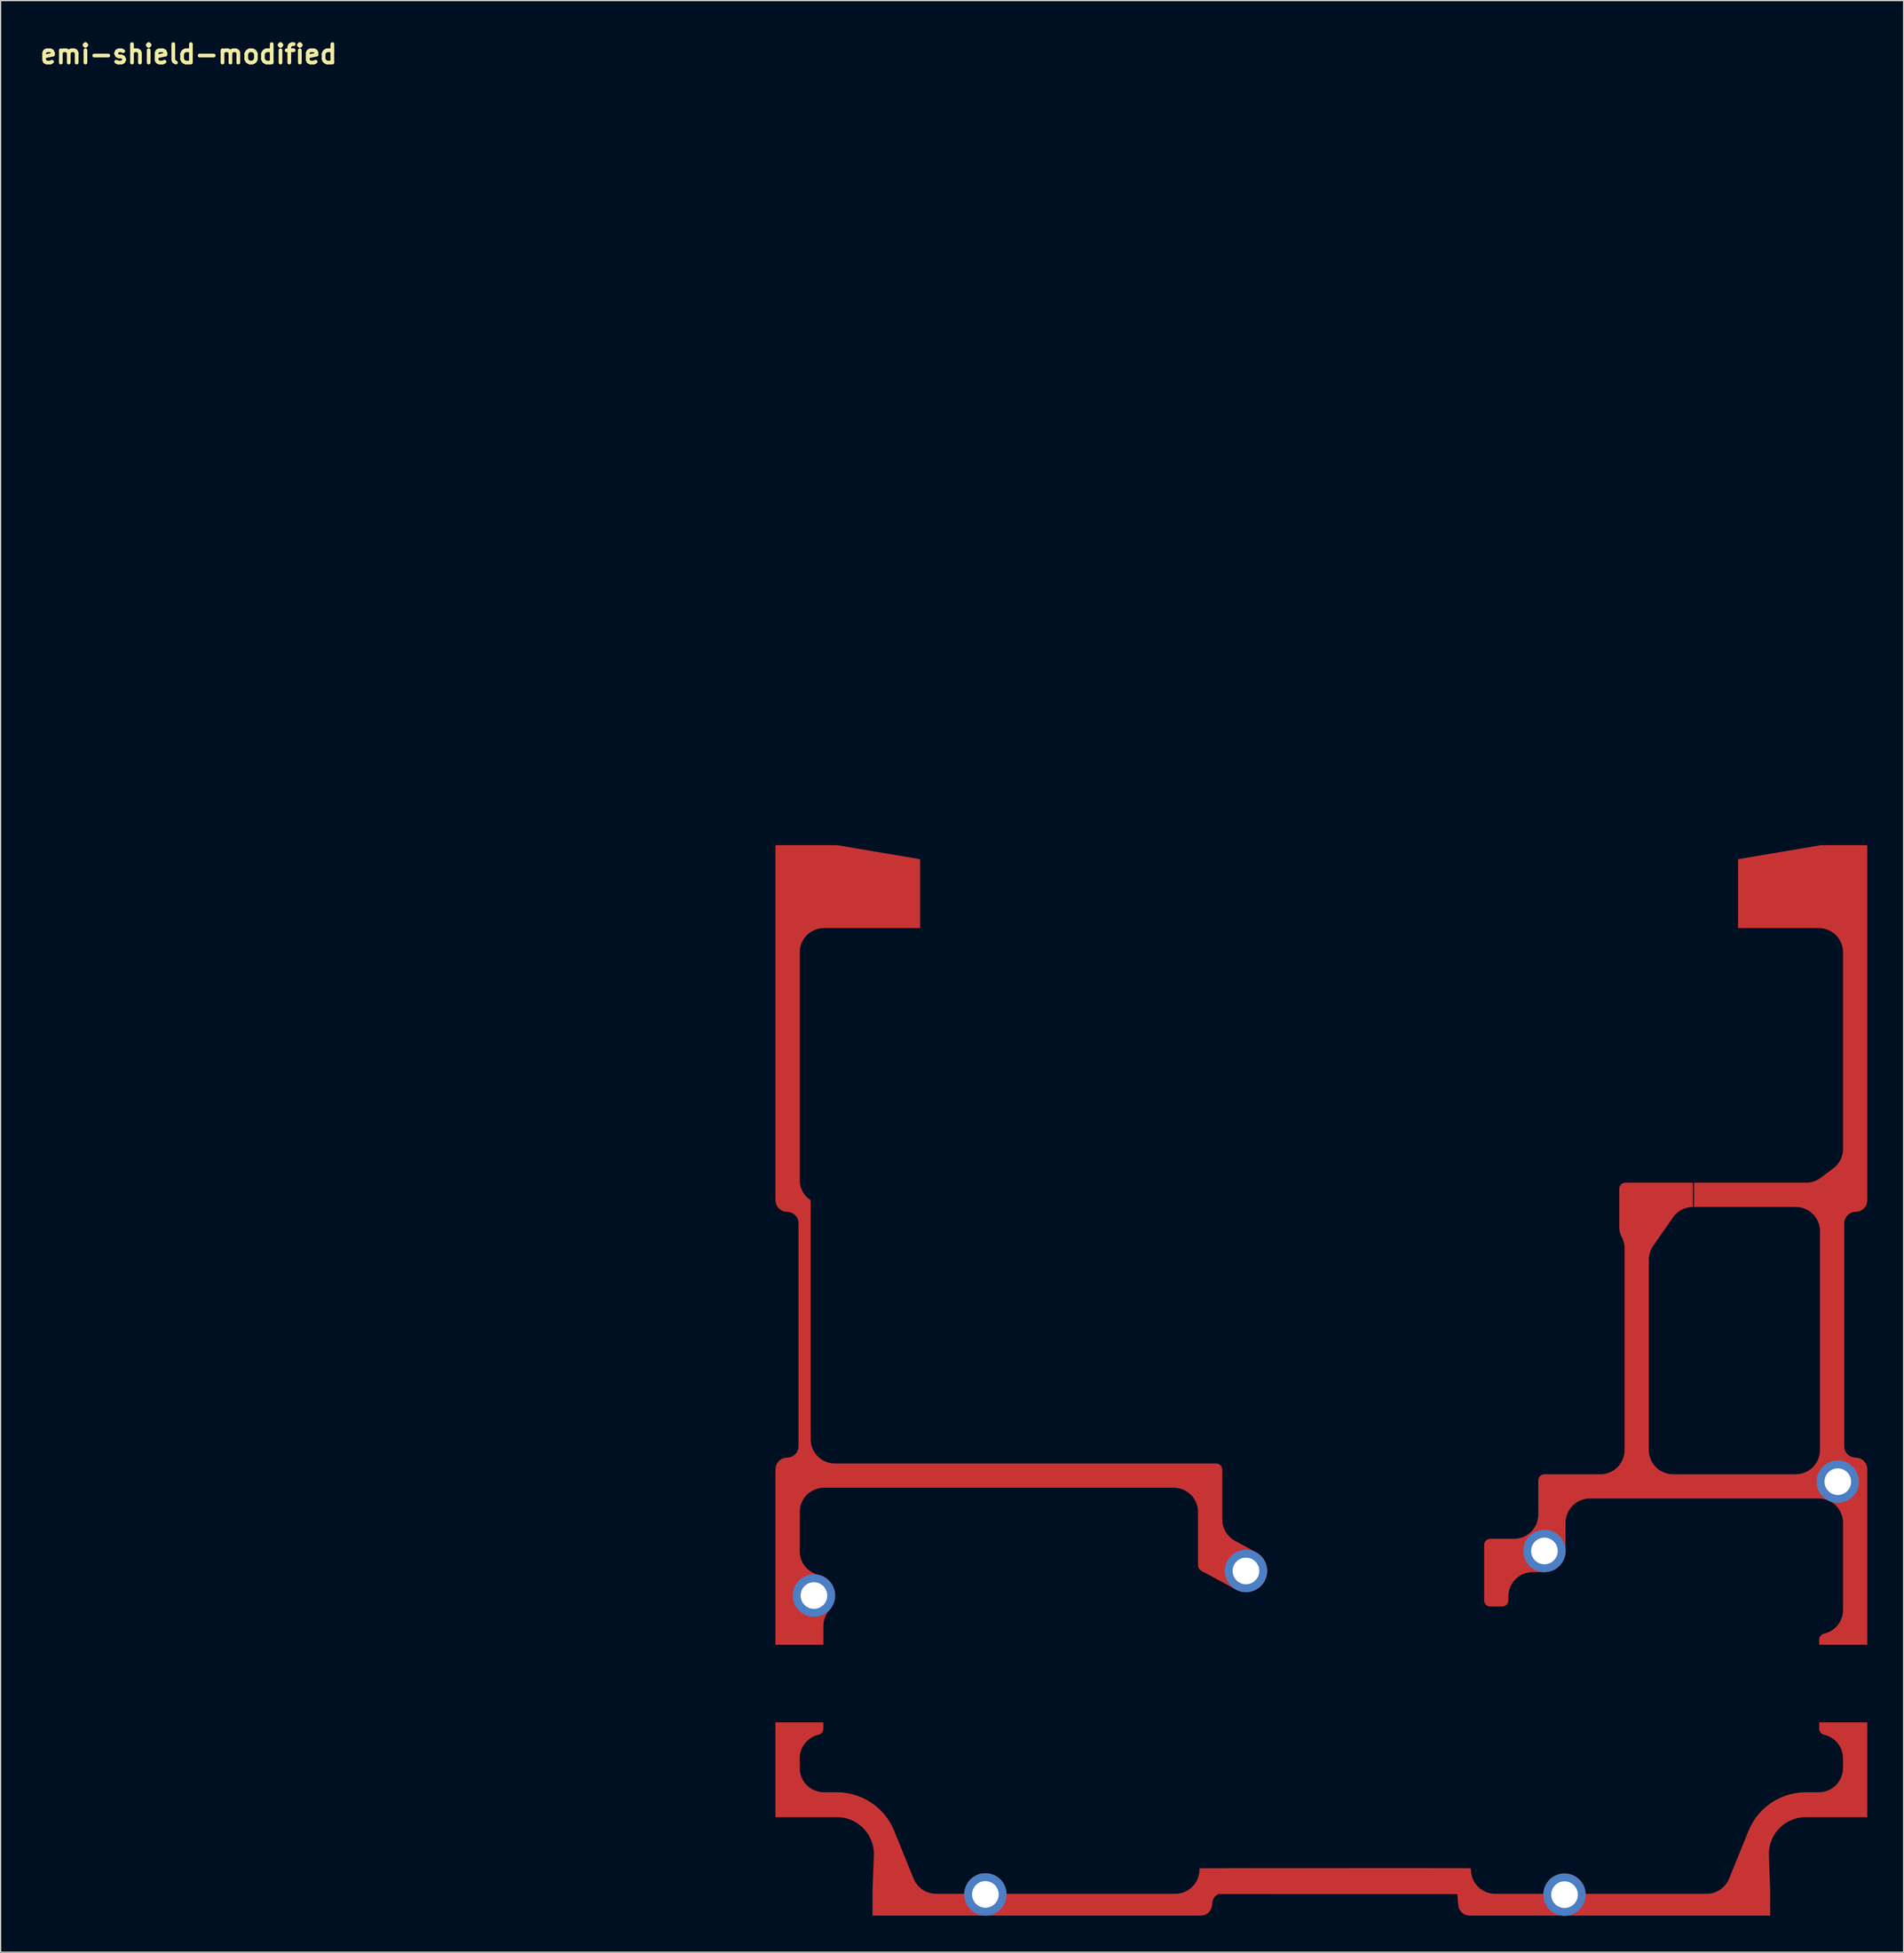
<source format=kicad_pcb>
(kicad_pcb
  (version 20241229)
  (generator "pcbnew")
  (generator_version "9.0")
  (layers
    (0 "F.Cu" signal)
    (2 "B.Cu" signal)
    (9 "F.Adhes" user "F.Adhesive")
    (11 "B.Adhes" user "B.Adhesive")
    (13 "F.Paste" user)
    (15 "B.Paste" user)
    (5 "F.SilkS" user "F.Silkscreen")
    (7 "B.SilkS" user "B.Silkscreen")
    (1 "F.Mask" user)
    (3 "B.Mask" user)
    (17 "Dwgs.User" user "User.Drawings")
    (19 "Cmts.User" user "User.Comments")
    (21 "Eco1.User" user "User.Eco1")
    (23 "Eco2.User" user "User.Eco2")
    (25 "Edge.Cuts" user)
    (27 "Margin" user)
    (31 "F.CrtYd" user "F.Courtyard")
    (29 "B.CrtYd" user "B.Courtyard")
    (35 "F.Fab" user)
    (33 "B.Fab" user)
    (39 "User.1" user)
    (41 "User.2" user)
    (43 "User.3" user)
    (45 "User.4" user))
  (footprint "emi-shield-modified"
    (layer "F.Cu")
    (at 12.533 4.474)
    (property "Reference" "emi-shield-modified" (at 0 -3.048 0) (layer "F.SilkS") (effects (font (size 1.524 1.524) (thickness 0.305))))
    (attr exclude_from_pos_files exclude_from_bom)
    (fp_poly (pts (xy 60.404 63.397) (xy 60.404 69.081) (xy 52.464 69.081) (xy 52.203 69.099) (xy 51.946 69.15) (xy 51.699 69.234) (xy 51.464 69.349) (xy 51.247 69.495) (xy 51.05 69.667) (xy 50.877 69.864) (xy 50.732 70.081) (xy 50.616 70.316) (xy 50.532 70.564) (xy 50.481 70.82) (xy 50.464 71.081) (xy 50.464 89.878) (xy 50.479 90.125) (xy 50.525 90.368) (xy 50.601 90.604) (xy 50.705 90.829) (xy 50.836 91.039) (xy 50.992 91.232) (xy 51.171 91.403) (xy 51.369 91.551) (xy 51.369 111.28) (xy 51.386 111.541) (xy 51.437 111.797) (xy 51.521 112.045) (xy 51.637 112.28) (xy 51.782 112.497) (xy 51.955 112.694) (xy 52.152 112.866) (xy 52.369 113.012) (xy 52.604 113.127) (xy 52.851 113.212) (xy 53.108 113.263) (xy 53.369 113.28) (xy 84.862 113.28) (xy 84.992 113.297) (xy 85.112 113.347) (xy 85.216 113.426) (xy 85.295 113.53) (xy 85.345 113.65) (xy 85.362 113.78) (xy 85.362 117.9) (xy 85.38 118.168) (xy 85.434 118.43) (xy 85.522 118.684) (xy 85.644 118.923) (xy 85.796 119.144) (xy 85.977 119.342) (xy 86.183 119.515) (xy 86.409 119.658) (xy 88.16 120.607) (xy 88.38 120.748) (xy 88.577 120.921) (xy 88.745 121.121) (xy 88.882 121.344) (xy 88.984 121.585) (xy 89.049 121.838) (xy 89.076 122.098) (xy 89.063 122.36) (xy 89.012 122.616) (xy 88.923 122.862) (xy 88.798 123.092) (xy 88.641 123.301) (xy 88.454 123.484) (xy 88.242 123.637) (xy 88.009 123.757) (xy 87.762 123.84) (xy 87.504 123.886) (xy 87.243 123.893) (xy 86.983 123.861) (xy 86.731 123.791) (xy 86.493 123.684) (xy 83.624 122.13) (xy 83.516 122.051) (xy 83.433 121.946) (xy 83.38 121.823) (xy 83.362 121.69) (xy 83.362 117.28) (xy 83.345 117.019) (xy 83.294 116.762) (xy 83.21 116.514) (xy 83.094 116.28) (xy 82.949 116.062) (xy 82.777 115.865) (xy 82.58 115.693) (xy 82.362 115.548) (xy 82.128 115.432) (xy 81.88 115.348) (xy 81.623 115.297) (xy 81.362 115.28) (xy 52.464 115.28) (xy 52.203 115.297) (xy 51.946 115.348) (xy 51.699 115.432) (xy 51.464 115.548) (xy 51.247 115.693) (xy 51.05 115.865) (xy 50.877 116.062) (xy 50.732 116.28) (xy 50.616 116.514) (xy 50.532 116.762) (xy 50.481 117.019) (xy 50.464 117.28) (xy 50.464 120.519) (xy 50.482 120.788) (xy 50.536 121.052) (xy 50.626 121.307) (xy 50.748 121.547) (xy 50.902 121.768) (xy 51.084 121.967) (xy 51.292 122.14) (xy 51.52 122.282) (xy 51.766 122.393) (xy 52.024 122.47) (xy 52.273 122.546) (xy 52.508 122.659) (xy 52.724 122.804) (xy 52.916 122.981) (xy 53.079 123.183) (xy 53.211 123.408) (xy 53.308 123.65) (xy 53.368 123.903) (xy 53.389 124.163) (xy 53.372 124.423) (xy 53.316 124.677) (xy 53.224 124.921) (xy 53.096 125.147) (xy 52.936 125.353) (xy 52.782 125.544) (xy 52.654 125.753) (xy 52.552 125.976) (xy 52.477 126.21) (xy 52.433 126.451) (xy 52.418 126.696) (xy 52.418 128.242) (xy 48.464 128.242) (xy 48.464 113.751) (xy 48.482 113.565) (xy 48.537 113.386) (xy 48.625 113.222) (xy 48.743 113.077) (xy 48.887 112.959) (xy 49.052 112.871) (xy 49.231 112.817) (xy 49.417 112.798) (xy 49.602 112.78) (xy 49.781 112.726) (xy 49.946 112.638) (xy 50.09 112.52) (xy 50.209 112.375) (xy 50.297 112.21) (xy 50.351 112.032) (xy 50.369 111.846) (xy 50.369 93.456) (xy 50.351 93.271) (xy 50.297 93.092) (xy 50.209 92.927) (xy 50.09 92.783) (xy 49.946 92.664) (xy 49.781 92.576) (xy 49.602 92.522) (xy 49.417 92.504) (xy 49.231 92.486) (xy 49.052 92.431) (xy 48.887 92.343) (xy 48.743 92.225) (xy 48.625 92.081) (xy 48.537 91.916) (xy 48.482 91.737) (xy 48.464 91.551) (xy 48.464 62.24) (xy 53.554 62.24) (xy 60.404 63.397)) (stroke (width 0.000001) (type solid)) (fill yes) (layer "F.Cu"))
    (fp_poly (pts (xy 83.763 150.581) (xy 83.942 150.527) (xy 84.106 150.439) (xy 84.251 150.32) (xy 84.369 150.176) (xy 84.457 150.011) (xy 84.511 149.833) (xy 84.53 149.647) (xy 84.548 149.461) (xy 84.602 149.282) (xy 84.69 149.118) (xy 84.809 148.973) (xy 84.914 148.911) (xy 85.023 148.82) (xy 104.777 148.822) (xy 104.831 149.461) (xy 104.85 149.647) (xy 104.868 149.833) (xy 104.922 150.011) (xy 105.01 150.176) (xy 105.129 150.32) (xy 105.273 150.439) (xy 105.438 150.527) (xy 105.616 150.581) (xy 105.802 150.599) (xy 130.617 150.599) (xy 130.617 148.519) (xy 130.504 145.639) (xy 130.509 145.312) (xy 130.548 144.987) (xy 130.623 144.669) (xy 130.731 144.36) (xy 130.871 144.064) (xy 131.042 143.785) (xy 131.243 143.526) (xy 131.469 143.291) (xy 131.72 143.08) (xy 131.992 142.898) (xy 132.282 142.746) (xy 132.586 142.626) (xy 132.902 142.539) (xy 133.225 142.487) (xy 133.552 142.469) (xy 138.632 142.469) (xy 138.632 134.648) (xy 134.667 134.648) (xy 134.667 135.177) (xy 134.685 135.311) (xy 134.738 135.435) (xy 134.823 135.54) (xy 134.933 135.619) (xy 135.06 135.666) (xy 135.32 135.741) (xy 135.567 135.852) (xy 135.797 135.994) (xy 136.006 136.167) (xy 136.19 136.366) (xy 136.345 136.588) (xy 136.469 136.828) (xy 136.559 137.084) (xy 136.613 137.349) (xy 136.632 137.619) (xy 136.632 138.419) (xy 136.614 138.68) (xy 136.563 138.937) (xy 136.479 139.185) (xy 136.364 139.419) (xy 136.218 139.637) (xy 136.046 139.834) (xy 135.849 140.006) (xy 135.632 140.151) (xy 135.397 140.267) (xy 135.149 140.351) (xy 134.893 140.402) (xy 134.632 140.419) (xy 133.552 140.419) (xy 133.12 140.438) (xy 132.692 140.492) (xy 132.27 140.583) (xy 131.858 140.709) (xy 131.457 140.869) (xy 131.071 141.063) (xy 130.704 141.289) (xy 130.356 141.545) (xy 130.031 141.829) (xy 129.732 142.14) (xy 129.46 142.475) (xy 129.217 142.832) (xy 129.006 143.208) (xy 128.826 143.6) (xy 127.222 147.552) (xy 127.107 147.789) (xy 126.962 148.008) (xy 126.789 148.207) (xy 126.592 148.381) (xy 126.374 148.528) (xy 126.138 148.645) (xy 125.889 148.73) (xy 125.631 148.782) (xy 125.369 148.799) (xy 107.897 148.799) (xy 107.636 148.782) (xy 107.379 148.731) (xy 107.132 148.647) (xy 106.897 148.531) (xy 106.68 148.386) (xy 106.483 148.214) (xy 106.31 148.017) (xy 106.165 147.799) (xy 106.049 147.565) (xy 105.965 147.317) (xy 105.914 147.06) (xy 105.897 146.799) (xy 105.897 146.694) (xy 105.443 146.688) (xy 104.654 146.684) (xy 103.576 146.681) (xy 102.254 146.678) (xy 100.733 146.677) (xy 99.058 146.677) (xy 97.276 146.678) (xy 95.431 146.679) (xy 93.568 146.68) (xy 91.733 146.682) (xy 89.972 146.684) (xy 88.329 146.686) (xy 86.851 146.688) (xy 85.581 146.69) (xy 84.566 146.692) (xy 83.852 146.693) (xy 83.482 146.694) (xy 83.482 146.799) (xy 83.465 147.06) (xy 83.414 147.317) (xy 83.33 147.565) (xy 83.214 147.799) (xy 83.069 148.017) (xy 82.896 148.214) (xy 82.7 148.386) (xy 82.482 148.531) (xy 82.247 148.647) (xy 82 148.731) (xy 81.743 148.782) (xy 81.482 148.799) (xy 61.725 148.799) (xy 61.462 148.782) (xy 61.204 148.73) (xy 60.955 148.645) (xy 60.72 148.528) (xy 60.501 148.381) (xy 60.304 148.207) (xy 60.132 148.008) (xy 59.987 147.789) (xy 59.872 147.552) (xy 58.267 143.6) (xy 58.087 143.207) (xy 57.876 142.831) (xy 57.633 142.475) (xy 57.361 142.14) (xy 57.062 141.829) (xy 56.737 141.544) (xy 56.389 141.289) (xy 56.022 141.063) (xy 55.636 140.869) (xy 55.235 140.709) (xy 54.823 140.583) (xy 54.401 140.492) (xy 53.973 140.438) (xy 53.542 140.419) (xy 52.462 140.419) (xy 52.201 140.402) (xy 51.944 140.351) (xy 51.696 140.267) (xy 51.462 140.151) (xy 51.244 140.006) (xy 51.047 139.834) (xy 50.875 139.637) (xy 50.73 139.419) (xy 50.614 139.185) (xy 50.53 138.937) (xy 50.479 138.68) (xy 50.462 138.419) (xy 50.462 137.619) (xy 50.48 137.35) (xy 50.534 137.086) (xy 50.623 136.831) (xy 50.746 136.591) (xy 50.9 136.369) (xy 51.083 136.17) (xy 51.291 135.998) (xy 51.519 135.855) (xy 51.766 135.744) (xy 52.024 135.668) (xy 52.151 135.621) (xy 52.26 135.542) (xy 52.344 135.437) (xy 52.397 135.313) (xy 52.415 135.18) (xy 52.415 134.648) (xy 48.462 134.648) (xy 48.462 142.469) (xy 53.542 142.469) (xy 53.868 142.487) (xy 54.191 142.539) (xy 54.507 142.626) (xy 54.811 142.746) (xy 55.101 142.898) (xy 55.373 143.08) (xy 55.624 143.29) (xy 55.85 143.526) (xy 56.051 143.785) (xy 56.222 144.064) (xy 56.362 144.359) (xy 56.47 144.668) (xy 56.545 144.987) (xy 56.584 145.312) (xy 56.589 145.639) (xy 56.476 148.519) (xy 56.476 150.599) (xy 83.577 150.599) (xy 83.763 150.581)) (stroke (width 0.000001) (type solid)) (fill yes) (layer "F.Cu"))
    (fp_poly (pts (xy 138.634 91.552) (xy 138.616 91.738) (xy 138.562 91.917) (xy 138.474 92.081) (xy 138.355 92.226) (xy 138.211 92.344) (xy 138.046 92.432) (xy 137.868 92.486) (xy 137.682 92.505) (xy 137.496 92.523) (xy 137.317 92.577) (xy 137.153 92.665) (xy 137.008 92.784) (xy 136.89 92.928) (xy 136.802 93.093) (xy 136.748 93.271) (xy 136.729 93.457) (xy 136.729 111.847) (xy 136.748 112.032) (xy 136.802 112.211) (xy 136.89 112.376) (xy 137.008 112.52) (xy 137.153 112.639) (xy 137.317 112.727) (xy 137.496 112.781) (xy 137.868 112.817) (xy 138.046 112.872) (xy 138.211 112.96) (xy 138.355 113.078) (xy 138.474 113.222) (xy 138.562 113.387) (xy 138.616 113.566) (xy 138.634 113.752) (xy 138.634 128.242) (xy 134.669 128.242) (xy 134.669 127.814) (xy 134.688 127.68) (xy 134.741 127.556) (xy 134.826 127.451) (xy 134.936 127.372) (xy 135.062 127.326) (xy 135.322 127.25) (xy 135.57 127.14) (xy 135.8 126.997) (xy 136.009 126.825) (xy 136.193 126.626) (xy 136.348 126.404) (xy 136.471 126.163) (xy 136.561 125.908) (xy 136.616 125.642) (xy 136.634 125.372) (xy 136.634 118.169) (xy 136.617 117.908) (xy 136.566 117.652) (xy 136.482 117.404) (xy 136.366 117.169) (xy 136.221 116.952) (xy 136.049 116.755) (xy 135.852 116.583) (xy 135.634 116.437) (xy 135.4 116.322) (xy 135.152 116.238) (xy 134.895 116.186) (xy 134.634 116.169) (xy 115.715 116.169) (xy 115.454 116.186) (xy 115.197 116.238) (xy 114.949 116.322) (xy 114.715 116.437) (xy 114.497 116.583) (xy 114.3 116.755) (xy 114.128 116.952) (xy 113.983 117.169) (xy 113.867 117.404) (xy 113.783 117.652) (xy 113.732 117.908) (xy 113.715 118.169) (xy 113.715 120.495) (xy 113.697 120.744) (xy 113.644 120.988) (xy 113.556 121.222) (xy 113.437 121.441) (xy 113.287 121.641) (xy 113.111 121.818) (xy 112.911 121.967) (xy 112.692 122.087) (xy 112.458 122.174) (xy 112.214 122.227) (xy 111.965 122.245) (xy 110.992 122.245) (xy 110.731 122.262) (xy 110.475 122.313) (xy 110.227 122.397) (xy 109.992 122.513) (xy 109.775 122.658) (xy 109.578 122.831) (xy 109.406 123.028) (xy 109.26 123.245) (xy 109.145 123.48) (xy 109.061 123.728) (xy 109.01 123.984) (xy 108.992 124.245) (xy 108.992 124.586) (xy 108.975 124.716) (xy 108.925 124.836) (xy 108.846 124.94) (xy 108.742 125.019) (xy 108.622 125.069) (xy 108.492 125.086) (xy 107.492 125.086) (xy 107.363 125.069) (xy 107.242 125.019) (xy 107.139 124.94) (xy 107.059 124.836) (xy 107.009 124.716) (xy 106.992 124.586) (xy 106.992 119.995) (xy 107.009 119.866) (xy 107.059 119.745) (xy 107.139 119.642) (xy 107.242 119.562) (xy 107.363 119.512) (xy 107.492 119.495) (xy 109.464 119.495) (xy 109.725 119.478) (xy 109.982 119.427) (xy 110.23 119.343) (xy 110.464 119.227) (xy 110.682 119.082) (xy 110.879 118.909) (xy 111.051 118.713) (xy 111.196 118.495) (xy 111.312 118.261) (xy 111.396 118.013) (xy 111.447 117.756) (xy 111.464 117.495) (xy 111.464 114.669) (xy 111.481 114.54) (xy 111.531 114.419) (xy 111.611 114.316) (xy 111.714 114.236) (xy 111.835 114.186) (xy 111.964 114.169) (xy 116.592 114.169) (xy 116.853 114.152) (xy 117.11 114.101) (xy 117.358 114.017) (xy 117.592 113.901) (xy 117.81 113.756) (xy 118.007 113.584) (xy 118.179 113.387) (xy 118.324 113.169) (xy 118.44 112.935) (xy 118.524 112.687) (xy 118.575 112.43) (xy 118.592 112.169) (xy 118.592 95.526) (xy 118.577 95.282) (xy 118.533 95.041) (xy 118.459 94.808) (xy 118.357 94.585) (xy 118.268 94.391) (xy 118.204 94.186) (xy 118.165 93.976) (xy 118.152 93.762) (xy 118.152 90.603) (xy 118.169 90.473) (xy 118.219 90.353) (xy 118.298 90.249) (xy 118.402 90.17) (xy 118.522 90.12) (xy 118.652 90.103) (xy 124.229 90.103) (xy 124.229 92.103) (xy 123.955 92.122) (xy 123.685 92.178) (xy 123.426 92.271) (xy 123.182 92.399) (xy 122.958 92.559) (xy 122.758 92.748) (xy 122.586 92.963) (xy 120.949 95.322) (xy 120.823 95.529) (xy 120.723 95.75) (xy 120.651 95.982) (xy 120.607 96.22) (xy 120.592 96.462) (xy 120.592 112.169) (xy 120.61 112.43) (xy 120.661 112.687) (xy 120.745 112.935) (xy 120.86 113.169) (xy 121.006 113.387) (xy 121.178 113.584) (xy 121.375 113.756) (xy 121.592 113.901) (xy 121.827 114.017) (xy 122.075 114.101) (xy 122.331 114.152) (xy 122.592 114.169) (xy 132.729 114.169) (xy 132.99 114.152) (xy 133.247 114.101) (xy 133.495 114.017) (xy 133.729 113.901) (xy 133.947 113.756) (xy 134.144 113.584) (xy 134.316 113.387) (xy 134.461 113.169) (xy 134.577 112.935) (xy 134.661 112.687) (xy 134.712 112.43) (xy 134.729 112.169) (xy 134.729 94.103) (xy 134.712 93.842) (xy 134.661 93.585) (xy 134.577 93.337) (xy 134.461 93.103) (xy 134.316 92.885) (xy 134.144 92.689) (xy 133.947 92.516) (xy 133.729 92.371) (xy 133.495 92.255) (xy 133.247 92.171) (xy 132.99 92.12) (xy 132.729 92.103) (xy 124.329 92.103) (xy 124.329 90.103) (xy 133.578 90.103) (xy 133.833 90.086) (xy 134.085 90.037) (xy 134.328 89.957) (xy 134.559 89.846) (xy 134.774 89.706) (xy 135.83 88.917) (xy 136.032 88.745) (xy 136.209 88.547) (xy 136.359 88.328) (xy 136.478 88.09) (xy 136.564 87.839) (xy 136.617 87.579) (xy 136.634 87.314) (xy 136.634 71.082) (xy 136.617 70.821) (xy 136.566 70.565) (xy 136.482 70.317) (xy 136.366 70.082) (xy 136.221 69.865) (xy 136.049 69.668) (xy 135.852 69.495) (xy 135.634 69.35) (xy 135.4 69.234) (xy 135.152 69.15) (xy 134.895 69.099) (xy 134.634 69.082) (xy 127.964 69.082) (xy 127.964 63.398) (xy 134.814 62.24) (xy 138.634 62.24) (xy 138.634 91.552)) (stroke (width 0.000001) (type solid)) (fill yes) (layer "F.Cu"))
    (fp_poly (pts (xy 60.404 63.397) (xy 60.404 69.081) (xy 52.464 69.081) (xy 52.203 69.099) (xy 51.946 69.15) (xy 51.699 69.234) (xy 51.464 69.349) (xy 51.247 69.495) (xy 51.05 69.667) (xy 50.877 69.864) (xy 50.732 70.081) (xy 50.616 70.316) (xy 50.532 70.564) (xy 50.481 70.82) (xy 50.464 71.081) (xy 50.464 89.878) (xy 50.479 90.125) (xy 50.525 90.368) (xy 50.601 90.604) (xy 50.705 90.829) (xy 50.836 91.039) (xy 50.992 91.232) (xy 51.171 91.403) (xy 51.369 91.551) (xy 51.369 111.28) (xy 51.386 111.541) (xy 51.437 111.797) (xy 51.521 112.045) (xy 51.637 112.28) (xy 51.782 112.497) (xy 51.955 112.694) (xy 52.152 112.866) (xy 52.369 113.012) (xy 52.604 113.127) (xy 52.851 113.212) (xy 53.108 113.263) (xy 53.369 113.28) (xy 84.862 113.28) (xy 84.992 113.297) (xy 85.112 113.347) (xy 85.216 113.426) (xy 85.295 113.53) (xy 85.345 113.65) (xy 85.362 113.78) (xy 85.362 117.9) (xy 85.38 118.168) (xy 85.434 118.43) (xy 85.522 118.684) (xy 85.644 118.923) (xy 85.796 119.144) (xy 85.977 119.342) (xy 86.183 119.515) (xy 86.409 119.658) (xy 88.16 120.607) (xy 88.38 120.748) (xy 88.577 120.921) (xy 88.745 121.121) (xy 88.882 121.344) (xy 88.984 121.585) (xy 89.049 121.838) (xy 89.076 122.098) (xy 89.063 122.36) (xy 89.012 122.616) (xy 88.923 122.862) (xy 88.798 123.092) (xy 88.641 123.301) (xy 88.454 123.484) (xy 88.242 123.637) (xy 88.009 123.757) (xy 87.762 123.84) (xy 87.504 123.886) (xy 87.243 123.893) (xy 86.983 123.861) (xy 86.731 123.791) (xy 86.493 123.684) (xy 83.624 122.13) (xy 83.516 122.051) (xy 83.433 121.946) (xy 83.38 121.823) (xy 83.362 121.69) (xy 83.362 117.28) (xy 83.345 117.019) (xy 83.294 116.762) (xy 83.21 116.514) (xy 83.094 116.28) (xy 82.949 116.062) (xy 82.777 115.865) (xy 82.58 115.693) (xy 82.362 115.548) (xy 82.128 115.432) (xy 81.88 115.348) (xy 81.623 115.297) (xy 81.362 115.28) (xy 52.464 115.28) (xy 52.203 115.297) (xy 51.946 115.348) (xy 51.699 115.432) (xy 51.464 115.548) (xy 51.247 115.693) (xy 51.05 115.865) (xy 50.877 116.062) (xy 50.732 116.28) (xy 50.616 116.514) (xy 50.532 116.762) (xy 50.481 117.019) (xy 50.464 117.28) (xy 50.464 120.519) (xy 50.482 120.788) (xy 50.536 121.052) (xy 50.626 121.307) (xy 50.748 121.547) (xy 50.902 121.768) (xy 51.084 121.967) (xy 51.292 122.14) (xy 51.52 122.282) (xy 51.766 122.393) (xy 52.024 122.47) (xy 52.273 122.546) (xy 52.508 122.659) (xy 52.724 122.804) (xy 52.916 122.981) (xy 53.079 123.183) (xy 53.211 123.408) (xy 53.308 123.65) (xy 53.368 123.903) (xy 53.389 124.163) (xy 53.372 124.423) (xy 53.316 124.677) (xy 53.224 124.921) (xy 53.096 125.147) (xy 52.936 125.353) (xy 52.782 125.544) (xy 52.654 125.753) (xy 52.552 125.976) (xy 52.477 126.21) (xy 52.433 126.451) (xy 52.418 126.696) (xy 52.418 128.242) (xy 48.464 128.242) (xy 48.464 113.751) (xy 48.482 113.565) (xy 48.537 113.386) (xy 48.625 113.222) (xy 48.743 113.077) (xy 48.887 112.959) (xy 49.052 112.871) (xy 49.231 112.817) (xy 49.417 112.798) (xy 49.602 112.78) (xy 49.781 112.726) (xy 49.946 112.638) (xy 50.09 112.52) (xy 50.209 112.375) (xy 50.297 112.21) (xy 50.351 112.032) (xy 50.369 111.846) (xy 50.369 93.456) (xy 50.351 93.271) (xy 50.297 93.092) (xy 50.209 92.927) (xy 50.09 92.783) (xy 49.946 92.664) (xy 49.781 92.576) (xy 49.602 92.522) (xy 49.417 92.504) (xy 49.231 92.486) (xy 49.052 92.431) (xy 48.887 92.343) (xy 48.743 92.225) (xy 48.625 92.081) (xy 48.537 91.916) (xy 48.482 91.737) (xy 48.464 91.551) (xy 48.464 62.24) (xy 53.554 62.24) (xy 60.404 63.397)) (stroke (width 0.000001) (type solid)) (fill yes) (layer "F.Mask"))
    (fp_poly (pts (xy 83.763 150.581) (xy 83.942 150.527) (xy 84.106 150.439) (xy 84.251 150.32) (xy 84.369 150.176) (xy 84.457 150.011) (xy 84.511 149.833) (xy 84.53 149.647) (xy 84.548 149.461) (xy 84.602 149.282) (xy 84.69 149.118) (xy 84.809 148.973) (xy 84.914 148.911) (xy 85.023 148.82) (xy 104.777 148.822) (xy 104.831 149.461) (xy 104.85 149.647) (xy 104.868 149.833) (xy 104.922 150.011) (xy 105.01 150.176) (xy 105.129 150.32) (xy 105.273 150.439) (xy 105.438 150.527) (xy 105.616 150.581) (xy 105.802 150.599) (xy 130.617 150.599) (xy 130.617 148.519) (xy 130.504 145.639) (xy 130.509 145.312) (xy 130.548 144.987) (xy 130.623 144.669) (xy 130.731 144.36) (xy 130.871 144.064) (xy 131.042 143.785) (xy 131.243 143.526) (xy 131.469 143.291) (xy 131.72 143.08) (xy 131.992 142.898) (xy 132.282 142.746) (xy 132.586 142.626) (xy 132.902 142.539) (xy 133.225 142.487) (xy 133.552 142.469) (xy 138.632 142.469) (xy 138.632 134.648) (xy 134.667 134.648) (xy 134.667 135.177) (xy 134.685 135.311) (xy 134.738 135.435) (xy 134.823 135.54) (xy 134.933 135.619) (xy 135.06 135.666) (xy 135.32 135.741) (xy 135.567 135.852) (xy 135.797 135.994) (xy 136.006 136.167) (xy 136.19 136.366) (xy 136.345 136.588) (xy 136.469 136.828) (xy 136.559 137.084) (xy 136.613 137.349) (xy 136.632 137.619) (xy 136.632 138.419) (xy 136.614 138.68) (xy 136.563 138.937) (xy 136.479 139.185) (xy 136.364 139.419) (xy 136.218 139.637) (xy 136.046 139.834) (xy 135.849 140.006) (xy 135.632 140.151) (xy 135.397 140.267) (xy 135.149 140.351) (xy 134.893 140.402) (xy 134.632 140.419) (xy 133.552 140.419) (xy 133.12 140.438) (xy 132.692 140.492) (xy 132.27 140.583) (xy 131.858 140.709) (xy 131.457 140.869) (xy 131.071 141.063) (xy 130.704 141.289) (xy 130.356 141.545) (xy 130.031 141.829) (xy 129.732 142.14) (xy 129.46 142.475) (xy 129.217 142.832) (xy 129.006 143.208) (xy 128.826 143.6) (xy 127.222 147.552) (xy 127.107 147.789) (xy 126.962 148.008) (xy 126.789 148.207) (xy 126.592 148.381) (xy 126.374 148.528) (xy 126.138 148.645) (xy 125.889 148.73) (xy 125.631 148.782) (xy 125.369 148.799) (xy 107.897 148.799) (xy 107.636 148.782) (xy 107.379 148.731) (xy 107.132 148.647) (xy 106.897 148.531) (xy 106.68 148.386) (xy 106.483 148.214) (xy 106.31 148.017) (xy 106.165 147.799) (xy 106.049 147.565) (xy 105.965 147.317) (xy 105.914 147.06) (xy 105.897 146.799) (xy 105.897 146.694) (xy 105.443 146.688) (xy 104.654 146.684) (xy 103.576 146.681) (xy 102.254 146.678) (xy 100.733 146.677) (xy 99.058 146.677) (xy 97.276 146.678) (xy 95.431 146.679) (xy 93.568 146.68) (xy 91.733 146.682) (xy 89.972 146.684) (xy 88.329 146.686) (xy 86.851 146.688) (xy 85.581 146.69) (xy 84.566 146.692) (xy 83.852 146.693) (xy 83.482 146.694) (xy 83.482 146.799) (xy 83.465 147.06) (xy 83.414 147.317) (xy 83.33 147.565) (xy 83.214 147.799) (xy 83.069 148.017) (xy 82.896 148.214) (xy 82.7 148.386) (xy 82.482 148.531) (xy 82.247 148.647) (xy 82 148.731) (xy 81.743 148.782) (xy 81.482 148.799) (xy 61.725 148.799) (xy 61.462 148.782) (xy 61.204 148.73) (xy 60.955 148.645) (xy 60.72 148.528) (xy 60.501 148.381) (xy 60.304 148.207) (xy 60.132 148.008) (xy 59.987 147.789) (xy 59.872 147.552) (xy 58.267 143.6) (xy 58.087 143.207) (xy 57.876 142.831) (xy 57.633 142.475) (xy 57.361 142.14) (xy 57.062 141.829) (xy 56.737 141.544) (xy 56.389 141.289) (xy 56.022 141.063) (xy 55.636 140.869) (xy 55.235 140.709) (xy 54.823 140.583) (xy 54.401 140.492) (xy 53.973 140.438) (xy 53.542 140.419) (xy 52.462 140.419) (xy 52.201 140.402) (xy 51.944 140.351) (xy 51.696 140.267) (xy 51.462 140.151) (xy 51.244 140.006) (xy 51.047 139.834) (xy 50.875 139.637) (xy 50.73 139.419) (xy 50.614 139.185) (xy 50.53 138.937) (xy 50.479 138.68) (xy 50.462 138.419) (xy 50.462 137.619) (xy 50.48 137.35) (xy 50.534 137.086) (xy 50.623 136.831) (xy 50.746 136.591) (xy 50.9 136.369) (xy 51.083 136.17) (xy 51.291 135.998) (xy 51.519 135.855) (xy 51.766 135.744) (xy 52.024 135.668) (xy 52.151 135.621) (xy 52.26 135.542) (xy 52.344 135.437) (xy 52.397 135.313) (xy 52.415 135.18) (xy 52.415 134.648) (xy 48.462 134.648) (xy 48.462 142.469) (xy 53.542 142.469) (xy 53.868 142.487) (xy 54.191 142.539) (xy 54.507 142.626) (xy 54.811 142.746) (xy 55.101 142.898) (xy 55.373 143.08) (xy 55.624 143.29) (xy 55.85 143.526) (xy 56.051 143.785) (xy 56.222 144.064) (xy 56.362 144.359) (xy 56.47 144.668) (xy 56.545 144.987) (xy 56.584 145.312) (xy 56.589 145.639) (xy 56.476 148.519) (xy 56.476 150.599) (xy 83.577 150.599) (xy 83.763 150.581)) (stroke (width 0.000001) (type solid)) (fill yes) (layer "F.Mask"))
    (fp_poly (pts (xy 138.634 91.552) (xy 138.616 91.738) (xy 138.562 91.917) (xy 138.474 92.081) (xy 138.355 92.226) (xy 138.211 92.344) (xy 138.046 92.432) (xy 137.868 92.486) (xy 137.682 92.505) (xy 137.496 92.523) (xy 137.317 92.577) (xy 137.153 92.665) (xy 137.008 92.784) (xy 136.89 92.928) (xy 136.802 93.093) (xy 136.748 93.271) (xy 136.729 93.457) (xy 136.729 111.847) (xy 136.748 112.032) (xy 136.802 112.211) (xy 136.89 112.376) (xy 137.008 112.52) (xy 137.153 112.639) (xy 137.317 112.727) (xy 137.496 112.781) (xy 137.868 112.817) (xy 138.046 112.872) (xy 138.211 112.96) (xy 138.355 113.078) (xy 138.474 113.222) (xy 138.562 113.387) (xy 138.616 113.566) (xy 138.634 113.752) (xy 138.634 128.242) (xy 134.669 128.242) (xy 134.669 127.814) (xy 134.688 127.68) (xy 134.741 127.556) (xy 134.826 127.451) (xy 134.936 127.372) (xy 135.062 127.326) (xy 135.322 127.25) (xy 135.57 127.14) (xy 135.8 126.997) (xy 136.009 126.825) (xy 136.193 126.626) (xy 136.348 126.404) (xy 136.471 126.163) (xy 136.561 125.908) (xy 136.616 125.642) (xy 136.634 125.372) (xy 136.634 118.169) (xy 136.617 117.908) (xy 136.566 117.652) (xy 136.482 117.404) (xy 136.366 117.169) (xy 136.221 116.952) (xy 136.049 116.755) (xy 135.852 116.583) (xy 135.634 116.437) (xy 135.4 116.322) (xy 135.152 116.238) (xy 134.895 116.186) (xy 134.634 116.169) (xy 115.715 116.169) (xy 115.454 116.186) (xy 115.197 116.238) (xy 114.949 116.322) (xy 114.715 116.437) (xy 114.497 116.583) (xy 114.3 116.755) (xy 114.128 116.952) (xy 113.983 117.169) (xy 113.867 117.404) (xy 113.783 117.652) (xy 113.732 117.908) (xy 113.715 118.169) (xy 113.715 120.495) (xy 113.697 120.744) (xy 113.644 120.988) (xy 113.556 121.222) (xy 113.437 121.441) (xy 113.287 121.641) (xy 113.111 121.818) (xy 112.911 121.967) (xy 112.692 122.087) (xy 112.458 122.174) (xy 112.214 122.227) (xy 111.965 122.245) (xy 110.992 122.245) (xy 110.731 122.262) (xy 110.475 122.313) (xy 110.227 122.397) (xy 109.992 122.513) (xy 109.775 122.658) (xy 109.578 122.831) (xy 109.406 123.028) (xy 109.26 123.245) (xy 109.145 123.48) (xy 109.061 123.728) (xy 109.01 123.984) (xy 108.992 124.245) (xy 108.992 124.586) (xy 108.975 124.716) (xy 108.925 124.836) (xy 108.846 124.94) (xy 108.742 125.019) (xy 108.622 125.069) (xy 108.492 125.086) (xy 107.492 125.086) (xy 107.363 125.069) (xy 107.242 125.019) (xy 107.139 124.94) (xy 107.059 124.836) (xy 107.009 124.716) (xy 106.992 124.586) (xy 106.992 119.995) (xy 107.009 119.866) (xy 107.059 119.745) (xy 107.139 119.642) (xy 107.242 119.562) (xy 107.363 119.512) (xy 107.492 119.495) (xy 109.464 119.495) (xy 109.725 119.478) (xy 109.982 119.427) (xy 110.23 119.343) (xy 110.464 119.227) (xy 110.682 119.082) (xy 110.879 118.909) (xy 111.051 118.713) (xy 111.196 118.495) (xy 111.312 118.261) (xy 111.396 118.013) (xy 111.447 117.756) (xy 111.464 117.495) (xy 111.464 114.669) (xy 111.481 114.54) (xy 111.531 114.419) (xy 111.611 114.316) (xy 111.714 114.236) (xy 111.835 114.186) (xy 111.964 114.169) (xy 116.592 114.169) (xy 116.853 114.152) (xy 117.11 114.101) (xy 117.358 114.017) (xy 117.592 113.901) (xy 117.81 113.756) (xy 118.007 113.584) (xy 118.179 113.387) (xy 118.324 113.169) (xy 118.44 112.935) (xy 118.524 112.687) (xy 118.575 112.43) (xy 118.592 112.169) (xy 118.592 95.526) (xy 118.577 95.282) (xy 118.533 95.041) (xy 118.459 94.808) (xy 118.357 94.585) (xy 118.268 94.391) (xy 118.204 94.186) (xy 118.165 93.976) (xy 118.152 93.762) (xy 118.152 90.603) (xy 118.169 90.473) (xy 118.219 90.353) (xy 118.298 90.249) (xy 118.402 90.17) (xy 118.522 90.12) (xy 118.652 90.103) (xy 124.229 90.103) (xy 124.229 92.103) (xy 123.955 92.122) (xy 123.685 92.178) (xy 123.426 92.271) (xy 123.182 92.399) (xy 122.958 92.559) (xy 122.758 92.748) (xy 122.586 92.963) (xy 120.949 95.322) (xy 120.823 95.529) (xy 120.723 95.75) (xy 120.651 95.982) (xy 120.607 96.22) (xy 120.592 96.462) (xy 120.592 112.169) (xy 120.61 112.43) (xy 120.661 112.687) (xy 120.745 112.935) (xy 120.86 113.169) (xy 121.006 113.387) (xy 121.178 113.584) (xy 121.375 113.756) (xy 121.592 113.901) (xy 121.827 114.017) (xy 122.075 114.101) (xy 122.331 114.152) (xy 122.592 114.169) (xy 132.729 114.169) (xy 132.99 114.152) (xy 133.247 114.101) (xy 133.495 114.017) (xy 133.729 113.901) (xy 133.947 113.756) (xy 134.144 113.584) (xy 134.316 113.387) (xy 134.461 113.169) (xy 134.577 112.935) (xy 134.661 112.687) (xy 134.712 112.43) (xy 134.729 112.169) (xy 134.729 94.103) (xy 134.712 93.842) (xy 134.661 93.585) (xy 134.577 93.337) (xy 134.461 93.103) (xy 134.316 92.885) (xy 134.144 92.689) (xy 133.947 92.516) (xy 133.729 92.371) (xy 133.495 92.255) (xy 133.247 92.171) (xy 132.99 92.12) (xy 132.729 92.103) (xy 124.329 92.103) (xy 124.329 90.103) (xy 133.578 90.103) (xy 133.833 90.086) (xy 134.085 90.037) (xy 134.328 89.957) (xy 134.559 89.846) (xy 134.774 89.706) (xy 135.83 88.917) (xy 136.032 88.745) (xy 136.209 88.547) (xy 136.359 88.328) (xy 136.478 88.09) (xy 136.564 87.839) (xy 136.617 87.579) (xy 136.634 87.314) (xy 136.634 71.082) (xy 136.617 70.821) (xy 136.566 70.565) (xy 136.482 70.317) (xy 136.366 70.082) (xy 136.221 69.865) (xy 136.049 69.668) (xy 135.852 69.495) (xy 135.634 69.35) (xy 135.4 69.234) (xy 135.152 69.15) (xy 134.895 69.099) (xy 134.634 69.082) (xy 127.964 69.082) (xy 127.964 63.398) (xy 134.814 62.24) (xy 138.634 62.24) (xy 138.634 91.552)) (stroke (width 0.000001) (type solid)) (fill yes) (layer "F.Mask"))
    (pad "1" thru_hole circle (at 51.64 124.18) (size 3.5 3.5) (drill 2.2) (layers "*.Cu" "*.Mask"))
    (pad "1" thru_hole circle (at 65.8 148.85) (size 3.5 3.5) (drill 2.2) (layers "*.Cu" "*.Mask"))
    (pad "1" thru_hole circle (at 87.32 122.15) (size 3.5 3.5) (drill 2.2) (layers "*.Cu" "*.Mask"))
    (pad "1" thru_hole circle (at 111.97 120.5) (size 3.5 3.5) (drill 2.2) (layers "*.Cu" "*.Mask"))
    (pad "1" thru_hole circle (at 113.63 148.87) (size 3.5 3.5) (drill 2.2) (layers "*.Cu" "*.Mask"))
    (pad "1" thru_hole circle (at 136.2 114.78) (size 3.5 3.5) (drill 2.2) (layers "*.Cu" "*.Mask")))
  (gr_rect
    (start -3 -3)
    (end 154.167 158.094)
    (stroke (width 0.1) (type default))
    (fill no)
    (layer "Edge.Cuts")))
</source>
